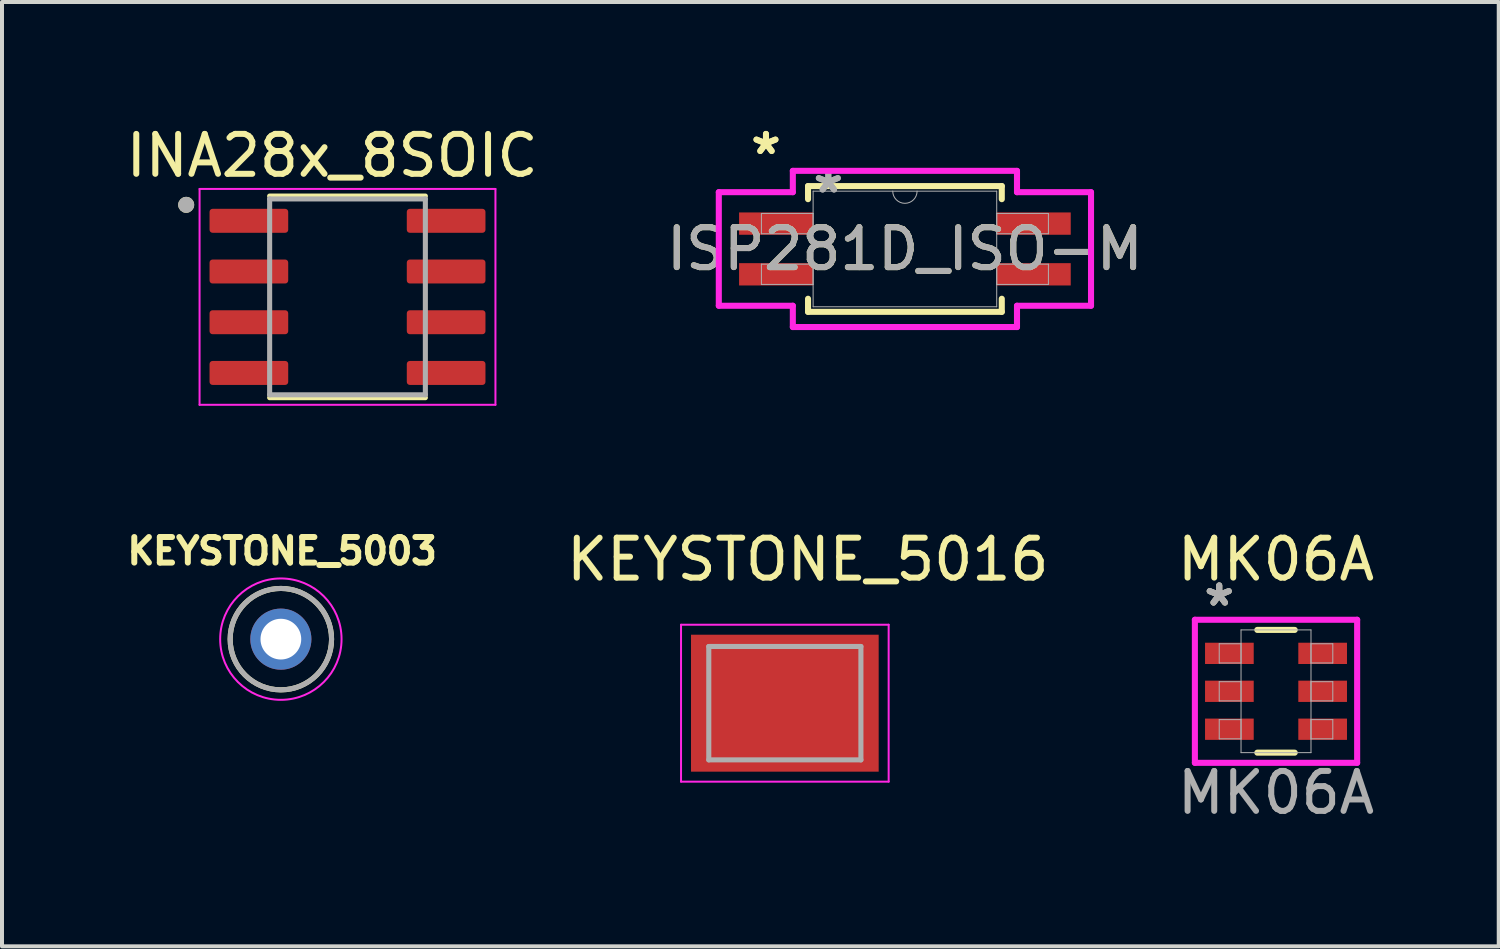
<source format=kicad_pcb>
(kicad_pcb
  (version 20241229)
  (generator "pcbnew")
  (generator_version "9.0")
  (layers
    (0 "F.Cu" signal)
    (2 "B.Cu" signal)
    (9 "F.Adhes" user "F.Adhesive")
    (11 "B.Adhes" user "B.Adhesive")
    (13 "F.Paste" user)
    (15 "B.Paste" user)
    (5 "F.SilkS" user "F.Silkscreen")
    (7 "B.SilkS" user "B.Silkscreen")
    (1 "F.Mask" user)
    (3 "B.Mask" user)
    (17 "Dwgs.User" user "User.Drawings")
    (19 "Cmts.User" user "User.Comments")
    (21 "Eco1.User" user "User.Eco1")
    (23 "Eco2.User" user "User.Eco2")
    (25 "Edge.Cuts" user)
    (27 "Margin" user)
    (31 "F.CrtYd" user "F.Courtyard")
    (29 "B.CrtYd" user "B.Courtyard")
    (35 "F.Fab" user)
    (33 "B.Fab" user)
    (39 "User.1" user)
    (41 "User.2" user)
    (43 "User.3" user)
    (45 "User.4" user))
  (footprint "MK06A"
    (layer "F.Cu")
    (at 28.907 14.263)
    (property "Reference" "MK06A" (at 0 -3.302 0) (unlocked yes) (layer "F.SilkS") (effects (font (size 1 1) (thickness 0.15))))
    (attr smd)
    (fp_line (start -0.468 1.537) (end 0.468 1.537) (stroke (width 0.152) (type solid)) (layer "F.SilkS"))
    (fp_line (start 0.468 -1.537) (end -0.468 -1.537) (stroke (width 0.152) (type solid)) (layer "F.SilkS"))
    (fp_line (start -2.032 -1.791) (end 2.032 -1.791) (stroke (width 0.152) (type solid)) (layer "F.CrtYd"))
    (fp_line (start -2.032 1.791) (end -2.032 -1.791) (stroke (width 0.152) (type solid)) (layer "F.CrtYd"))
    (fp_line (start 2.032 -1.791) (end 2.032 1.791) (stroke (width 0.152) (type solid)) (layer "F.CrtYd"))
    (fp_line (start 2.032 1.791) (end -2.032 1.791) (stroke (width 0.152) (type solid)) (layer "F.CrtYd"))
    (fp_line (start -1.422 -1.191) (end -1.422 -0.709) (stroke (width 0.025) (type solid)) (layer "F.Fab"))
    (fp_line (start -1.422 -0.709) (end -0.876 -0.709) (stroke (width 0.025) (type solid)) (layer "F.Fab"))
    (fp_line (start -1.422 -0.241) (end -1.422 0.241) (stroke (width 0.025) (type solid)) (layer "F.Fab"))
    (fp_line (start -1.422 0.241) (end -0.876 0.241) (stroke (width 0.025) (type solid)) (layer "F.Fab"))
    (fp_line (start -1.422 0.709) (end -1.422 1.191) (stroke (width 0.025) (type solid)) (layer "F.Fab"))
    (fp_line (start -1.422 1.191) (end -0.876 1.191) (stroke (width 0.025) (type solid)) (layer "F.Fab"))
    (fp_line (start -0.876 -1.537) (end -0.876 1.537) (stroke (width 0.025) (type solid)) (layer "F.Fab"))
    (fp_line (start -0.876 -1.191) (end -1.422 -1.191) (stroke (width 0.025) (type solid)) (layer "F.Fab"))
    (fp_line (start -0.876 -0.709) (end -0.876 -1.191) (stroke (width 0.025) (type solid)) (layer "F.Fab"))
    (fp_line (start -0.876 -0.241) (end -1.422 -0.241) (stroke (width 0.025) (type solid)) (layer "F.Fab"))
    (fp_line (start -0.876 0.241) (end -0.876 -0.241) (stroke (width 0.025) (type solid)) (layer "F.Fab"))
    (fp_line (start -0.876 0.709) (end -1.422 0.709) (stroke (width 0.025) (type solid)) (layer "F.Fab"))
    (fp_line (start -0.876 1.191) (end -0.876 0.709) (stroke (width 0.025) (type solid)) (layer "F.Fab"))
    (fp_line (start -0.876 1.537) (end 0.876 1.537) (stroke (width 0.025) (type solid)) (layer "F.Fab"))
    (fp_line (start 0.876 -1.537) (end -0.876 -1.537) (stroke (width 0.025) (type solid)) (layer "F.Fab"))
    (fp_line (start 0.876 -1.191) (end 0.876 -0.709) (stroke (width 0.025) (type solid)) (layer "F.Fab"))
    (fp_line (start 0.876 -0.709) (end 1.422 -0.709) (stroke (width 0.025) (type solid)) (layer "F.Fab"))
    (fp_line (start 0.876 -0.241) (end 0.876 0.241) (stroke (width 0.025) (type solid)) (layer "F.Fab"))
    (fp_line (start 0.876 0.241) (end 1.422 0.241) (stroke (width 0.025) (type solid)) (layer "F.Fab"))
    (fp_line (start 0.876 0.709) (end 0.876 1.191) (stroke (width 0.025) (type solid)) (layer "F.Fab"))
    (fp_line (start 0.876 1.191) (end 1.422 1.191) (stroke (width 0.025) (type solid)) (layer "F.Fab"))
    (fp_line (start 0.876 1.537) (end 0.876 -1.537) (stroke (width 0.025) (type solid)) (layer "F.Fab"))
    (fp_line (start 1.422 -1.191) (end 0.876 -1.191) (stroke (width 0.025) (type solid)) (layer "F.Fab"))
    (fp_line (start 1.422 -0.709) (end 1.422 -1.191) (stroke (width 0.025) (type solid)) (layer "F.Fab"))
    (fp_line (start 1.422 -0.241) (end 0.876 -0.241) (stroke (width 0.025) (type solid)) (layer "F.Fab"))
    (fp_line (start 1.422 0.241) (end 1.422 -0.241) (stroke (width 0.025) (type solid)) (layer "F.Fab"))
    (fp_line (start 1.422 0.709) (end 0.876 0.709) (stroke (width 0.025) (type solid)) (layer "F.Fab"))
    (fp_line (start 1.422 1.191) (end 1.422 0.709) (stroke (width 0.025) (type solid)) (layer "F.Fab"))
    (fp_text user "*" (at -1.422 -2.106 0) (unlocked yes) (layer "F.SilkS") (effects (font (size 1 1) (thickness 0.15))))
    (fp_text user "${REFERENCE}" (at 0 2.54 0) (unlocked yes) (layer "F.Fab") (effects (font (size 1 1) (thickness 0.15))))
    (fp_text user "*" (at -1.422 -2.106 0) (unlocked yes) (layer "F.Fab") (effects (font (size 1 1) (thickness 0.15))))
    (fp_text user "*" (at -1.422 -2.106 0) (layer "F.Fab") (effects (font (size 1 1) (thickness 0.15))))
    (pad "1" smd rect (at -1.168 -0.95) (size 1.219 0.533) (layers "F.Cu" "F.Mask" "F.Paste"))
    (pad "2" smd rect (at -1.168 0) (size 1.219 0.533) (layers "F.Cu" "F.Mask" "F.Paste"))
    (pad "3" smd rect (at -1.168 0.95) (size 1.219 0.533) (layers "F.Cu" "F.Mask" "F.Paste"))
    (pad "4" smd rect (at 1.168 0.95) (size 1.219 0.533) (layers "F.Cu" "F.Mask" "F.Paste"))
    (pad "5" smd rect (at 1.168 0) (size 1.219 0.533) (layers "F.Cu" "F.Mask" "F.Paste"))
    (pad "6" smd rect (at 1.168 -0.95) (size 1.219 0.533) (layers "F.Cu" "F.Mask" "F.Paste")))
  (footprint "KEYSTONE_5016"
    (layer "F.Cu")
    (at 16.606 14.561)
    (property "Reference" "KEYSTONE_5016" (at 0.575 -3.6 0) (layer "F.SilkS") (effects (font (size 1 1) (thickness 0.15))))
    (attr smd)
    (fp_line (start -2.6 -1.965) (end -2.6 1.965) (stroke (width 0.05) (type solid)) (layer "F.CrtYd"))
    (fp_line (start -2.6 1.965) (end 2.6 1.965) (stroke (width 0.05) (type solid)) (layer "F.CrtYd"))
    (fp_line (start 2.6 -1.965) (end -2.6 -1.965) (stroke (width 0.05) (type solid)) (layer "F.CrtYd"))
    (fp_line (start 2.6 1.965) (end 2.6 -1.965) (stroke (width 0.05) (type solid)) (layer "F.CrtYd"))
    (fp_line (start -1.905 -1.42) (end 1.905 -1.42) (stroke (width 0.127) (type solid)) (layer "F.Fab"))
    (fp_line (start -1.905 1.42) (end -1.905 -1.42) (stroke (width 0.127) (type solid)) (layer "F.Fab"))
    (fp_line (start 1.905 -1.42) (end 1.905 1.42) (stroke (width 0.127) (type solid)) (layer "F.Fab"))
    (fp_line (start 1.905 1.42) (end -1.905 1.42) (stroke (width 0.127) (type solid)) (layer "F.Fab"))
    (pad "TP" smd rect (at 0 0) (size 4.7 3.43) (layers "F.Cu" "F.Mask" "F.Paste")))
  (footprint "INA28x_8SOIC"
    (layer "F.Cu")
    (at 5.653 4.385)
    (property "Reference" "INA28x_8SOIC" (at -0.385 -3.537 0) (layer "F.SilkS") (effects (font (size 1 1) (thickness 0.15))))
    (attr smd)
    (fp_line (start -1.95 -2.525) (end 1.95 -2.525) (stroke (width 0.127) (type solid)) (layer "F.SilkS"))
    (fp_line (start -1.95 2.525) (end 1.95 2.525) (stroke (width 0.127) (type solid)) (layer "F.SilkS"))
    (fp_circle (center -4.04 -2.305) (end -3.94 -2.305) (stroke (width 0.2) (type solid)) (fill no) (layer "F.SilkS"))
    (fp_line (start -3.705 -2.703) (end -3.705 2.703) (stroke (width 0.05) (type solid)) (layer "F.CrtYd"))
    (fp_line (start -3.705 -2.703) (end 3.705 -2.703) (stroke (width 0.05) (type solid)) (layer "F.CrtYd"))
    (fp_line (start -3.705 2.703) (end 3.705 2.703) (stroke (width 0.05) (type solid)) (layer "F.CrtYd"))
    (fp_line (start 3.705 -2.703) (end 3.705 2.703) (stroke (width 0.05) (type solid)) (layer "F.CrtYd"))
    (fp_line (start -1.95 -2.453) (end -1.95 2.453) (stroke (width 0.127) (type solid)) (layer "F.Fab"))
    (fp_line (start -1.95 -2.453) (end 1.95 -2.453) (stroke (width 0.127) (type solid)) (layer "F.Fab"))
    (fp_line (start -1.95 2.453) (end 1.95 2.453) (stroke (width 0.127) (type solid)) (layer "F.Fab"))
    (fp_line (start 1.95 -2.453) (end 1.95 2.453) (stroke (width 0.127) (type solid)) (layer "F.Fab"))
    (fp_circle (center -4.04 -2.305) (end -3.94 -2.305) (stroke (width 0.2) (type solid)) (fill no) (layer "F.Fab"))
    (pad "1" smd roundrect (at -2.47 -1.905) (size 1.97 0.6) (layers "F.Cu" "F.Mask" "F.Paste") (roundrect_rratio 0.125))
    (pad "2" smd roundrect (at -2.47 -0.635) (size 1.97 0.6) (layers "F.Cu" "F.Mask" "F.Paste") (roundrect_rratio 0.125))
    (pad "3" smd roundrect (at -2.47 0.635) (size 1.97 0.6) (layers "F.Cu" "F.Mask" "F.Paste") (roundrect_rratio 0.125))
    (pad "4" smd roundrect (at -2.47 1.905) (size 1.97 0.6) (layers "F.Cu" "F.Mask" "F.Paste") (roundrect_rratio 0.125))
    (pad "5" smd roundrect (at 2.47 1.905) (size 1.97 0.6) (layers "F.Cu" "F.Mask" "F.Paste") (roundrect_rratio 0.125))
    (pad "6" smd roundrect (at 2.47 0.635) (size 1.97 0.6) (layers "F.Cu" "F.Mask" "F.Paste") (roundrect_rratio 0.125))
    (pad "7" smd roundrect (at 2.47 -0.635) (size 1.97 0.6) (layers "F.Cu" "F.Mask" "F.Paste") (roundrect_rratio 0.125))
    (pad "8" smd roundrect (at 2.47 -1.905) (size 1.97 0.6) (layers "F.Cu" "F.Mask" "F.Paste") (roundrect_rratio 0.125)))
  (footprint "ISP281D_ISO-M"
    (layer "F.Cu")
    (at 19.613 3.185)
    (property "Reference" "ISP281D_ISO-M" (at 0 0 0) (unlocked yes) (layer "F.SilkS") (effects (font (size 1 1) (thickness 0.15))))
    (attr smd)
    (fp_line (start -2.426 -1.575) (end -2.426 -1.247) (stroke (width 0.152) (type solid)) (layer "F.SilkS"))
    (fp_line (start -2.426 1.247) (end -2.426 1.575) (stroke (width 0.152) (type solid)) (layer "F.SilkS"))
    (fp_line (start -2.426 1.575) (end 2.426 1.575) (stroke (width 0.152) (type solid)) (layer "F.SilkS"))
    (fp_line (start 2.426 -1.575) (end -2.426 -1.575) (stroke (width 0.152) (type solid)) (layer "F.SilkS"))
    (fp_line (start 2.426 -1.247) (end 2.426 -1.575) (stroke (width 0.152) (type solid)) (layer "F.SilkS"))
    (fp_line (start 2.426 1.575) (end 2.426 1.247) (stroke (width 0.152) (type solid)) (layer "F.SilkS"))
    (fp_line (start -4.661 -1.422) (end -2.807 -1.422) (stroke (width 0.152) (type solid)) (layer "F.CrtYd"))
    (fp_line (start -4.661 1.422) (end -4.661 -1.422) (stroke (width 0.152) (type solid)) (layer "F.CrtYd"))
    (fp_line (start -4.661 1.422) (end -2.807 1.422) (stroke (width 0.152) (type solid)) (layer "F.CrtYd"))
    (fp_line (start -2.807 -1.956) (end 2.807 -1.956) (stroke (width 0.152) (type solid)) (layer "F.CrtYd"))
    (fp_line (start -2.807 -1.422) (end -2.807 -1.956) (stroke (width 0.152) (type solid)) (layer "F.CrtYd"))
    (fp_line (start -2.807 1.956) (end -2.807 1.422) (stroke (width 0.152) (type solid)) (layer "F.CrtYd"))
    (fp_line (start 2.807 -1.956) (end 2.807 -1.422) (stroke (width 0.152) (type solid)) (layer "F.CrtYd"))
    (fp_line (start 2.807 1.422) (end 2.807 1.956) (stroke (width 0.152) (type solid)) (layer "F.CrtYd"))
    (fp_line (start 2.807 1.956) (end -2.807 1.956) (stroke (width 0.152) (type solid)) (layer "F.CrtYd"))
    (fp_line (start 4.661 -1.422) (end 2.807 -1.422) (stroke (width 0.152) (type solid)) (layer "F.CrtYd"))
    (fp_line (start 4.661 -1.422) (end 4.661 1.422) (stroke (width 0.152) (type solid)) (layer "F.CrtYd"))
    (fp_line (start 4.661 1.422) (end 2.807 1.422) (stroke (width 0.152) (type solid)) (layer "F.CrtYd"))
    (fp_line (start -3.594 -0.889) (end -3.594 -0.381) (stroke (width 0.025) (type solid)) (layer "F.Fab"))
    (fp_line (start -3.594 -0.381) (end -2.299 -0.381) (stroke (width 0.025) (type solid)) (layer "F.Fab"))
    (fp_line (start -3.594 0.381) (end -3.594 0.889) (stroke (width 0.025) (type solid)) (layer "F.Fab"))
    (fp_line (start -3.594 0.889) (end -2.299 0.889) (stroke (width 0.025) (type solid)) (layer "F.Fab"))
    (fp_line (start -2.299 -1.448) (end -2.299 1.448) (stroke (width 0.025) (type solid)) (layer "F.Fab"))
    (fp_line (start -2.299 -0.889) (end -3.594 -0.889) (stroke (width 0.025) (type solid)) (layer "F.Fab"))
    (fp_line (start -2.299 -0.381) (end -2.299 -0.889) (stroke (width 0.025) (type solid)) (layer "F.Fab"))
    (fp_line (start -2.299 0.381) (end -3.594 0.381) (stroke (width 0.025) (type solid)) (layer "F.Fab"))
    (fp_line (start -2.299 0.889) (end -2.299 0.381) (stroke (width 0.025) (type solid)) (layer "F.Fab"))
    (fp_line (start -2.299 1.448) (end 2.299 1.448) (stroke (width 0.025) (type solid)) (layer "F.Fab"))
    (fp_line (start 2.299 -1.448) (end -2.299 -1.448) (stroke (width 0.025) (type solid)) (layer "F.Fab"))
    (fp_line (start 2.299 -0.889) (end 2.299 -0.381) (stroke (width 0.025) (type solid)) (layer "F.Fab"))
    (fp_line (start 2.299 -0.381) (end 3.594 -0.381) (stroke (width 0.025) (type solid)) (layer "F.Fab"))
    (fp_line (start 2.299 0.381) (end 2.299 0.889) (stroke (width 0.025) (type solid)) (layer "F.Fab"))
    (fp_line (start 2.299 0.889) (end 3.594 0.889) (stroke (width 0.025) (type solid)) (layer "F.Fab"))
    (fp_line (start 2.299 1.448) (end 2.299 -1.448) (stroke (width 0.025) (type solid)) (layer "F.Fab"))
    (fp_line (start 3.594 -0.889) (end 2.299 -0.889) (stroke (width 0.025) (type solid)) (layer "F.Fab"))
    (fp_line (start 3.594 -0.381) (end 3.594 -0.889) (stroke (width 0.025) (type solid)) (layer "F.Fab"))
    (fp_line (start 3.594 0.381) (end 2.299 0.381) (stroke (width 0.025) (type solid)) (layer "F.Fab"))
    (fp_line (start 3.594 0.889) (end 3.594 0.381) (stroke (width 0.025) (type solid)) (layer "F.Fab"))
    (fp_arc (start 0.3048 -1.4478) (mid 0 -1.143) (end -0.3048 -1.4478) (stroke (width 0.0254) (type solid)) (layer "F.Fab"))
    (fp_text user "*" (at -3.48 -2.337 0) (unlocked yes) (layer "F.SilkS") (effects (font (size 1 1) (thickness 0.15))))
    (fp_text user "*" (at -3.48 -2.337 0) (layer "F.SilkS") (effects (font (size 1 1) (thickness 0.15))))
    (fp_text user "${REFERENCE}" (at 0 0 0) (unlocked yes) (layer "F.Fab") (effects (font (size 1 1) (thickness 0.15))))
    (fp_text user "*" (at -1.918 -1.372 0) (layer "F.Fab") (effects (font (size 1 1) (thickness 0.15))))
    (fp_text user "*" (at -1.918 -1.372 0) (unlocked yes) (layer "F.Fab") (effects (font (size 1 1) (thickness 0.15))))
    (pad "1" smd rect (at -3.226 -0.635) (size 1.854 0.559) (layers "F.Cu" "F.Mask" "F.Paste"))
    (pad "2" smd rect (at -3.226 0.635) (size 1.854 0.559) (layers "F.Cu" "F.Mask" "F.Paste"))
    (pad "3" smd rect (at 3.226 0.635) (size 1.854 0.559) (layers "F.Cu" "F.Mask" "F.Paste"))
    (pad "4" smd rect (at 3.226 -0.635) (size 1.854 0.559) (layers "F.Cu" "F.Mask" "F.Paste")))
  (footprint "KEYSTONE_5003"
    (layer "F.Cu")
    (at 3.984 12.957)
    (property "Reference" "KEYSTONE_5003" (at 0.032 -2.206 0) (layer "F.SilkS") (effects (font (size 0.64 0.64) (thickness 0.15))))
    (attr through_hole)
    (fp_circle (center 0 0) (end 1.27 0) (stroke (width 0.127) (type solid)) (fill no) (layer "F.SilkS"))
    (fp_circle (center 0 0) (end 1.52 0) (stroke (width 0.05) (type solid)) (fill no) (layer "F.CrtYd"))
    (fp_circle (center 0 0) (end 1.27 0) (stroke (width 0.127) (type solid)) (fill no) (layer "F.Fab"))
    (pad "TP" thru_hole circle (at 0 0) (size 1.53 1.53) (drill 1.02) (layers "*.Cu" "*.Mask")))
  (gr_rect
    (start -3 -3)
    (end 34.485 20.651)
    (stroke (width 0.1) (type default))
    (fill no)
    (layer "Edge.Cuts")))
</source>
